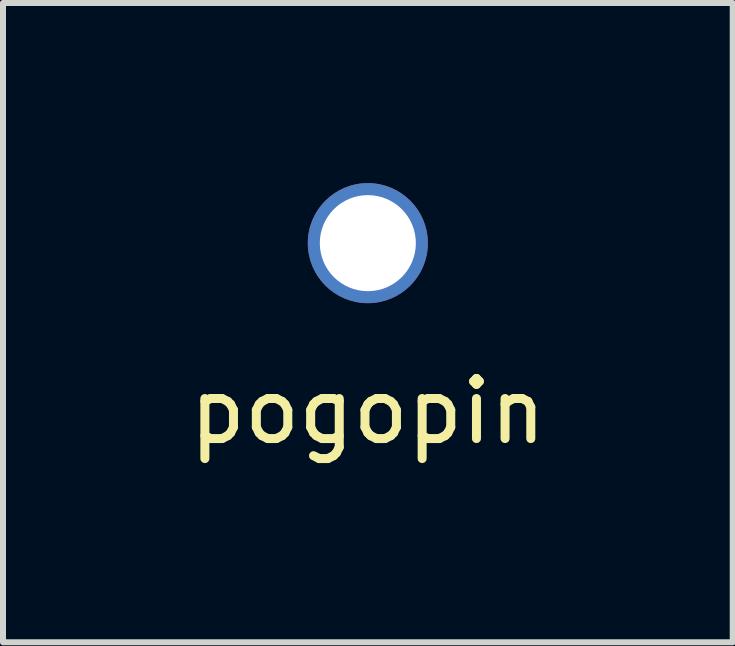
<source format=kicad_pcb>
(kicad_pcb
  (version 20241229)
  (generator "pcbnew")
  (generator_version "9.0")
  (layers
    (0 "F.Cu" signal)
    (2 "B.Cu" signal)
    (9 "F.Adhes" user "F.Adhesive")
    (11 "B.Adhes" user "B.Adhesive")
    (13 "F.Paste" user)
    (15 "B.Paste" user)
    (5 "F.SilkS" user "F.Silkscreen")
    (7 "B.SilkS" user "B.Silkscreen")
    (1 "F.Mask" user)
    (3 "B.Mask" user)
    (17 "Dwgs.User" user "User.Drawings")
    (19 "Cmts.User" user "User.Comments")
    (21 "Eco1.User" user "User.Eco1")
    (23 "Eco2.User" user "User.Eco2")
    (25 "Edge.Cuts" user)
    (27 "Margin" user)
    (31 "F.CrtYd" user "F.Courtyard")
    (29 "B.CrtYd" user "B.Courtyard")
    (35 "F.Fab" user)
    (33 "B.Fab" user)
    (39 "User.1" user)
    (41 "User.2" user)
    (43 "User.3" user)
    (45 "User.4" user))
  (footprint "pogopin"
    (layer "F.Cu")
    (at 3.077 1)
    (property "Reference" "pogopin" (at 0 2.8 0) (unlocked yes) (layer "F.SilkS") (effects (font (size 1 1) (thickness 0.15))))
    (attr through_hole)
    (pad "1" thru_hole circle (at 0 0) (size 2 2) (drill 1.6) (layers "*.Cu" "*.Mask")))
  (gr_rect
    (start -3 -3)
    (end 9.155 7.648)
    (stroke (width 0.1) (type default))
    (fill no)
    (layer "Edge.Cuts")))
</source>
